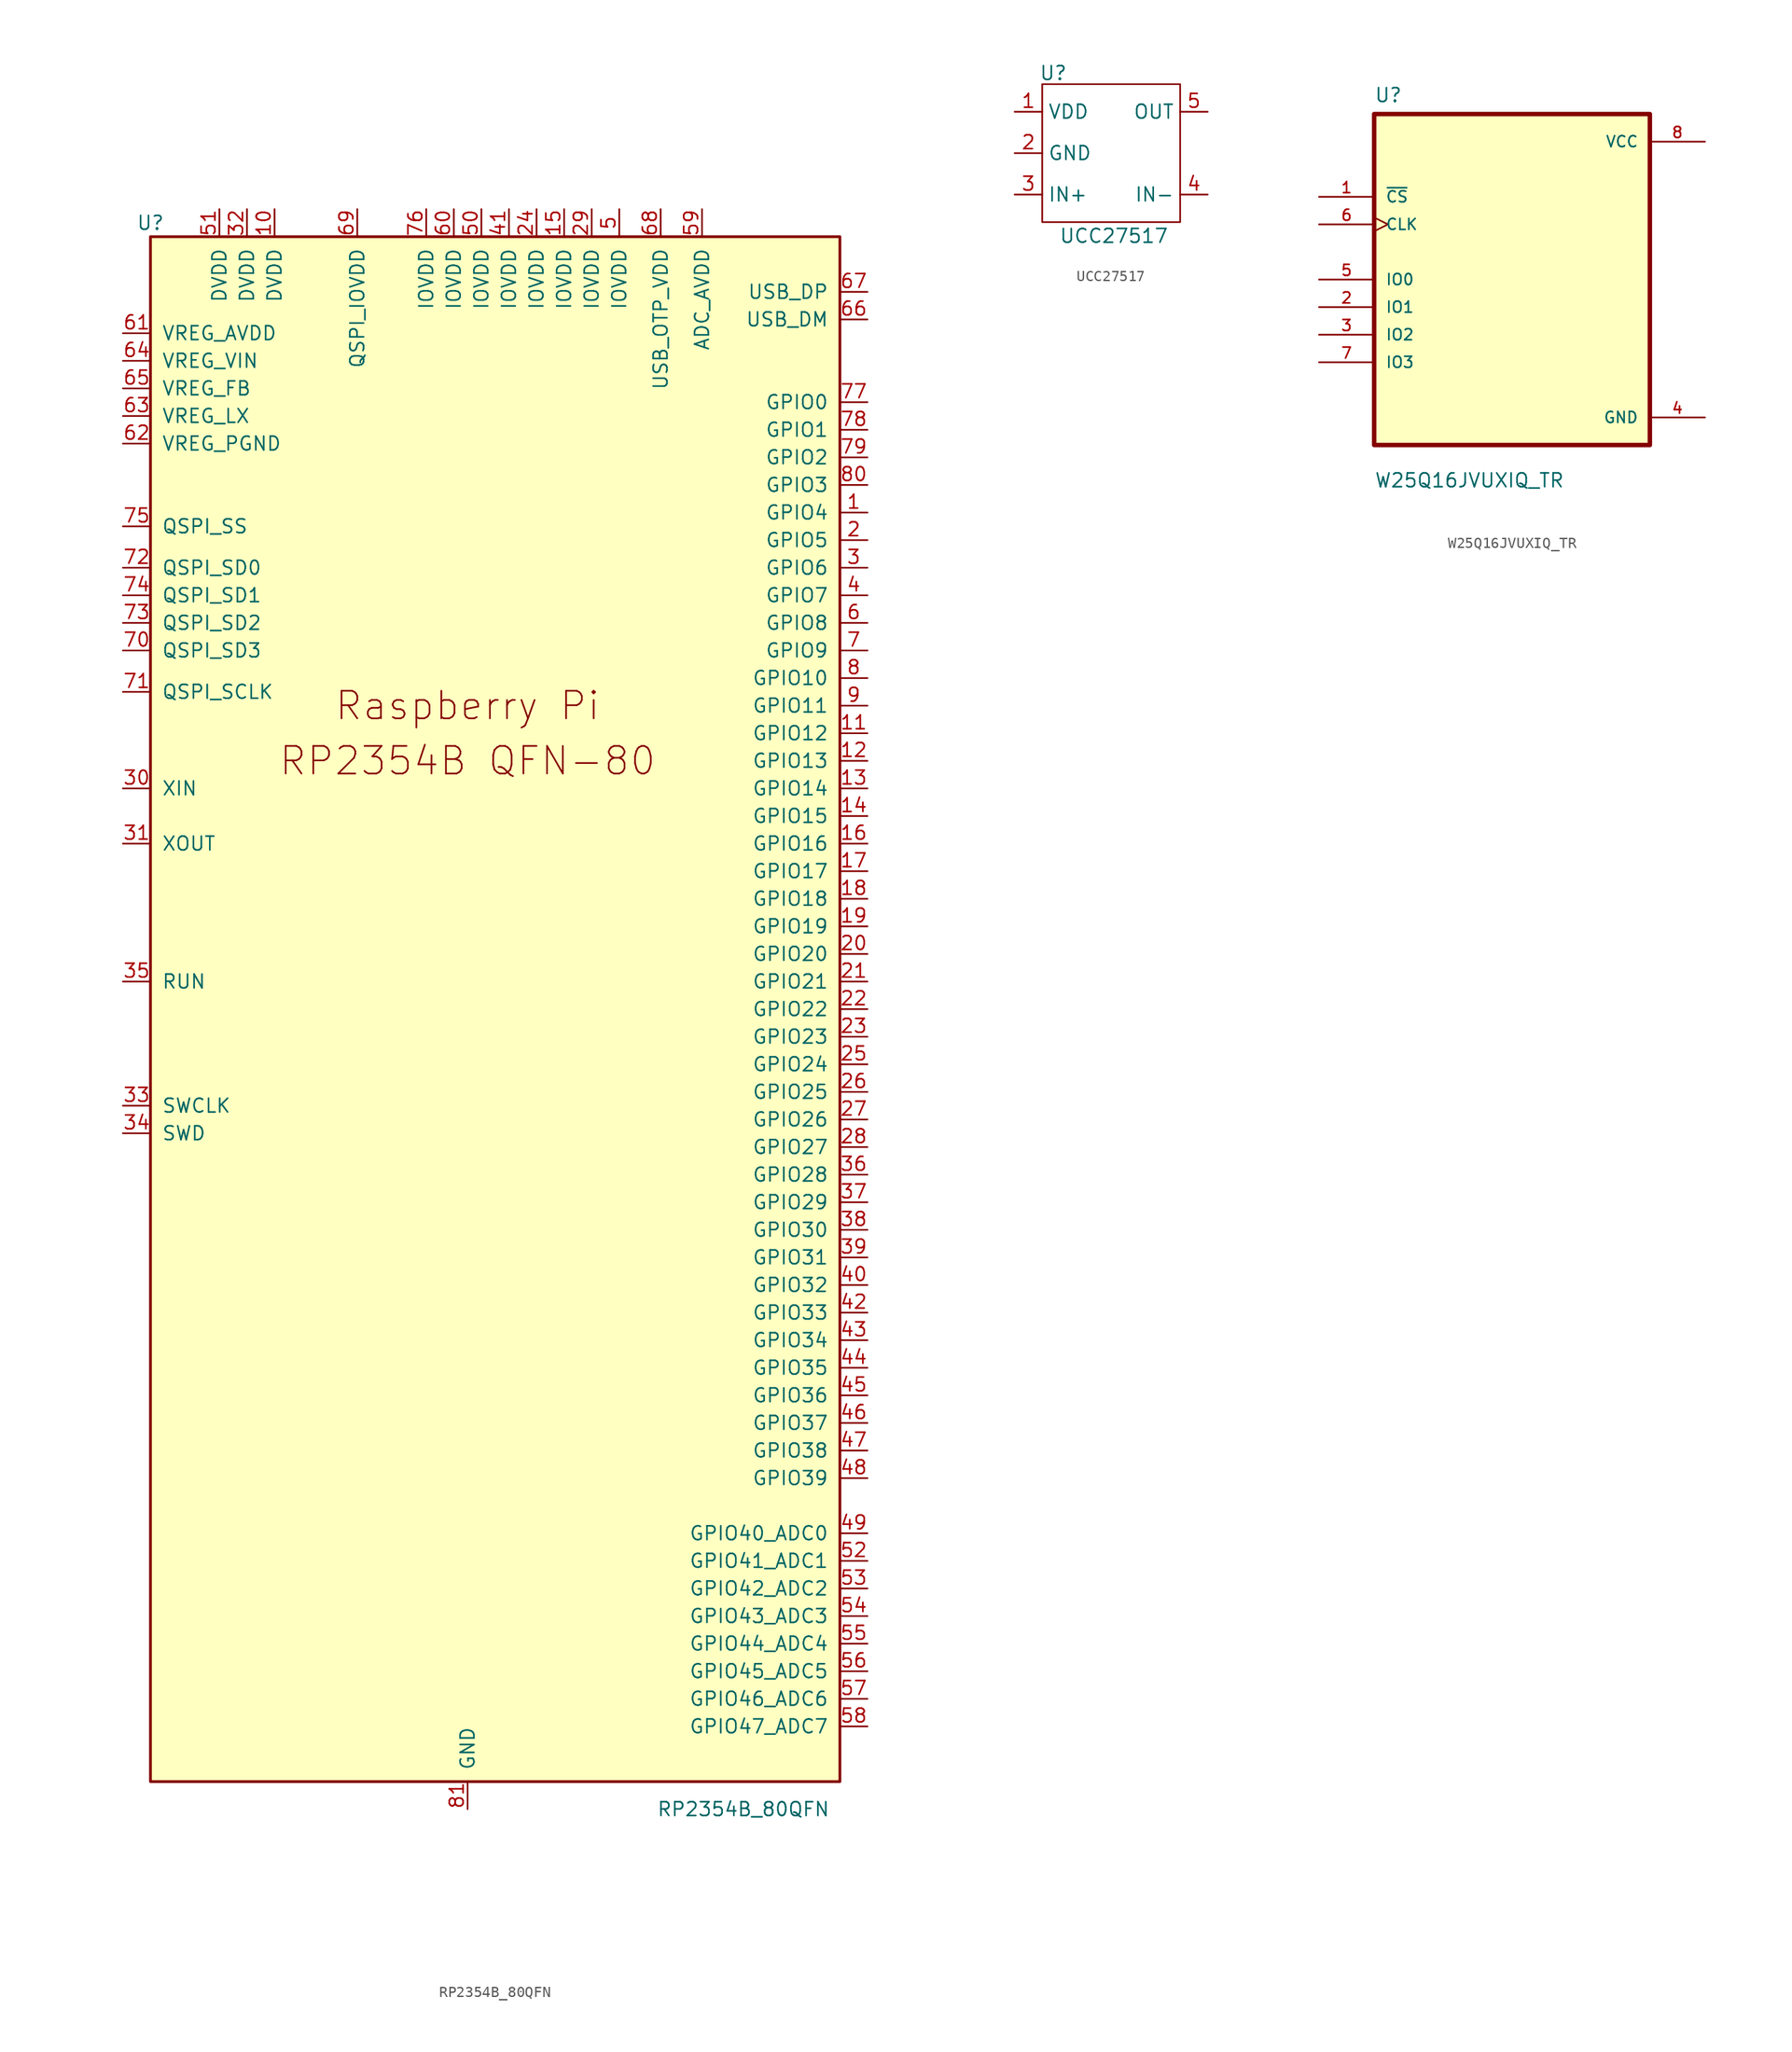
<source format=kicad_sym>
(kicad_symbol_lib
  (version 20241209)
  (generator "kicad_symbol_editor")
  (generator_version "9.0")
  (symbol "RP2354B_80QFN"
    (pin_names
      (offset 1.016))
    (property "Reference" "U"
      (at -29.21 49.53 0)
      (effects (font (size 1.27 1.27))))
    (property "Value" "RP2354B_80QFN"
      (at 25.4 -96.52 0)
      (effects (font (size 1.27 1.27))))
    (symbol "RP2354B_80QFN_0_0"
      (text "Raspberry Pi" (at 0 5.08 0) (effects (font (size 2.54 2.54)))))
    (symbol "RP2354B_80QFN_0_1"
      (rectangle (start -29.21 48.26) (end 34.29 -93.98) (stroke (width 0.254) (type default)) (fill (type background))))
    (symbol "RP2354B_80QFN_1_1"
      (text "RP2354B QFN-80" (at 0 0 0) (effects (font (size 2.54 2.54))))
      (pin power_in line (at -31.75 39.37 0) (length 2.54) (name "VREG_AVDD" (effects (font (size 1.27 1.27)))) (number "61" (effects (font (size 1.27 1.27)))))
      (pin power_in line (at -31.75 36.83 0) (length 2.54) (name "VREG_VIN" (effects (font (size 1.27 1.27)))) (number "64" (effects (font (size 1.27 1.27)))))
      (pin input line (at -31.75 34.29 0) (length 2.54) (name "VREG_FB" (effects (font (size 1.27 1.27)))) (number "65" (effects (font (size 1.27 1.27)))))
      (pin power_out line (at -31.75 31.75 0) (length 2.54) (name "VREG_LX" (effects (font (size 1.27 1.27)))) (number "63" (effects (font (size 1.27 1.27)))))
      (pin power_in line (at -31.75 29.21 0) (length 2.54) (name "VREG_PGND" (effects (font (size 1.27 1.27)))) (number "62" (effects (font (size 1.27 1.27)))))
      (pin bidirectional line (at -31.75 21.59 0) (length 2.54) (name "QSPI_SS" (effects (font (size 1.27 1.27)))) (number "75" (effects (font (size 1.27 1.27)))))
      (pin bidirectional line (at -31.75 17.78 0) (length 2.54) (name "QSPI_SD0" (effects (font (size 1.27 1.27)))) (number "72" (effects (font (size 1.27 1.27)))))
      (pin bidirectional line (at -31.75 15.24 0) (length 2.54) (name "QSPI_SD1" (effects (font (size 1.27 1.27)))) (number "74" (effects (font (size 1.27 1.27)))))
      (pin bidirectional line (at -31.75 12.7 0) (length 2.54) (name "QSPI_SD2" (effects (font (size 1.27 1.27)))) (number "73" (effects (font (size 1.27 1.27)))))
      (pin bidirectional line (at -31.75 10.16 0) (length 2.54) (name "QSPI_SD3" (effects (font (size 1.27 1.27)))) (number "70" (effects (font (size 1.27 1.27)))))
      (pin output line (at -31.75 6.35 0) (length 2.54) (name "QSPI_SCLK" (effects (font (size 1.27 1.27)))) (number "71" (effects (font (size 1.27 1.27)))))
      (pin input line (at -31.75 -2.54 0) (length 2.54) (name "XIN" (effects (font (size 1.27 1.27)))) (number "30" (effects (font (size 1.27 1.27)))))
      (pin passive line (at -31.75 -7.62 0) (length 2.54) (name "XOUT" (effects (font (size 1.27 1.27)))) (number "31" (effects (font (size 1.27 1.27)))))
      (pin input line (at -31.75 -20.32 0) (length 2.54) (name "RUN" (effects (font (size 1.27 1.27)))) (number "35" (effects (font (size 1.27 1.27)))))
      (pin output line (at -31.75 -31.75 0) (length 2.54) (name "SWCLK" (effects (font (size 1.27 1.27)))) (number "33" (effects (font (size 1.27 1.27)))))
      (pin bidirectional line (at -31.75 -34.29 0) (length 2.54) (name "SWD" (effects (font (size 1.27 1.27)))) (number "34" (effects (font (size 1.27 1.27)))))
      (pin power_in line (at -22.86 50.8 270) (length 2.54) (name "DVDD" (effects (font (size 1.27 1.27)))) (number "51" (effects (font (size 1.27 1.27)))))
      (pin power_in line (at -20.32 50.8 270) (length 2.54) (name "DVDD" (effects (font (size 1.27 1.27)))) (number "32" (effects (font (size 1.27 1.27)))))
      (pin power_in line (at -17.78 50.8 270) (length 2.54) (name "DVDD" (effects (font (size 1.27 1.27)))) (number "10" (effects (font (size 1.27 1.27)))))
      (pin power_in line (at -10.16 50.8 270) (length 2.54) (name "QSPI_IOVDD" (effects (font (size 1.27 1.27)))) (number "69" (effects (font (size 1.27 1.27)))))
      (pin power_in line (at -3.81 50.8 270) (length 2.54) (name "IOVDD" (effects (font (size 1.27 1.27)))) (number "76" (effects (font (size 1.27 1.27)))))
      (pin power_in line (at -1.27 50.8 270) (length 2.54) (name "IOVDD" (effects (font (size 1.27 1.27)))) (number "60" (effects (font (size 1.27 1.27)))))
      (pin power_in line (at 0 -96.52 90) (length 2.54) (name "GND" (effects (font (size 1.27 1.27)))) (number "81" (effects (font (size 1.27 1.27)))))
      (pin power_in line (at 1.27 50.8 270) (length 2.54) (name "IOVDD" (effects (font (size 1.27 1.27)))) (number "50" (effects (font (size 1.27 1.27)))))
      (pin power_in line (at 3.81 50.8 270) (length 2.54) (name "IOVDD" (effects (font (size 1.27 1.27)))) (number "41" (effects (font (size 1.27 1.27)))))
      (pin power_in line (at 6.35 50.8 270) (length 2.54) (name "IOVDD" (effects (font (size 1.27 1.27)))) (number "24" (effects (font (size 1.27 1.27)))))
      (pin power_in line (at 8.89 50.8 270) (length 2.54) (name "IOVDD" (effects (font (size 1.27 1.27)))) (number "15" (effects (font (size 1.27 1.27)))))
      (pin power_in line (at 11.43 50.8 270) (length 2.54) (name "IOVDD" (effects (font (size 1.27 1.27)))) (number "29" (effects (font (size 1.27 1.27)))))
      (pin power_in line (at 13.97 50.8 270) (length 2.54) (name "IOVDD" (effects (font (size 1.27 1.27)))) (number "5" (effects (font (size 1.27 1.27)))))
      (pin power_in line (at 17.78 50.8 270) (length 2.54) (name "USB_OTP_VDD" (effects (font (size 1.27 1.27)))) (number "68" (effects (font (size 1.27 1.27)))))
      (pin power_in line (at 21.59 50.8 270) (length 2.54) (name "ADC_AVDD" (effects (font (size 1.27 1.27)))) (number "59" (effects (font (size 1.27 1.27)))))
      (pin bidirectional line (at 36.83 43.18 180) (length 2.54) (name "USB_DP" (effects (font (size 1.27 1.27)))) (number "67" (effects (font (size 1.27 1.27)))))
      (pin bidirectional line (at 36.83 40.64 180) (length 2.54) (name "USB_DM" (effects (font (size 1.27 1.27)))) (number "66" (effects (font (size 1.27 1.27)))))
      (pin bidirectional line (at 36.83 33.02 180) (length 2.54) (name "GPIO0" (effects (font (size 1.27 1.27)))) (number "77" (effects (font (size 1.27 1.27)))))
      (pin bidirectional line (at 36.83 30.48 180) (length 2.54) (name "GPIO1" (effects (font (size 1.27 1.27)))) (number "78" (effects (font (size 1.27 1.27)))))
      (pin bidirectional line (at 36.83 27.94 180) (length 2.54) (name "GPIO2" (effects (font (size 1.27 1.27)))) (number "79" (effects (font (size 1.27 1.27)))))
      (pin bidirectional line (at 36.83 25.4 180) (length 2.54) (name "GPIO3" (effects (font (size 1.27 1.27)))) (number "80" (effects (font (size 1.27 1.27)))))
      (pin bidirectional line (at 36.83 22.86 180) (length 2.54) (name "GPIO4" (effects (font (size 1.27 1.27)))) (number "1" (effects (font (size 1.27 1.27)))))
      (pin bidirectional line (at 36.83 20.32 180) (length 2.54) (name "GPIO5" (effects (font (size 1.27 1.27)))) (number "2" (effects (font (size 1.27 1.27)))))
      (pin bidirectional line (at 36.83 17.78 180) (length 2.54) (name "GPIO6" (effects (font (size 1.27 1.27)))) (number "3" (effects (font (size 1.27 1.27)))))
      (pin bidirectional line (at 36.83 15.24 180) (length 2.54) (name "GPIO7" (effects (font (size 1.27 1.27)))) (number "4" (effects (font (size 1.27 1.27)))))
      (pin bidirectional line (at 36.83 12.7 180) (length 2.54) (name "GPIO8" (effects (font (size 1.27 1.27)))) (number "6" (effects (font (size 1.27 1.27)))))
      (pin bidirectional line (at 36.83 10.16 180) (length 2.54) (name "GPIO9" (effects (font (size 1.27 1.27)))) (number "7" (effects (font (size 1.27 1.27)))))
      (pin bidirectional line (at 36.83 7.62 180) (length 2.54) (name "GPIO10" (effects (font (size 1.27 1.27)))) (number "8" (effects (font (size 1.27 1.27)))))
      (pin bidirectional line (at 36.83 5.08 180) (length 2.54) (name "GPIO11" (effects (font (size 1.27 1.27)))) (number "9" (effects (font (size 1.27 1.27)))))
      (pin bidirectional line (at 36.83 2.54 180) (length 2.54) (name "GPIO12" (effects (font (size 1.27 1.27)))) (number "11" (effects (font (size 1.27 1.27)))))
      (pin bidirectional line (at 36.83 0 180) (length 2.54) (name "GPIO13" (effects (font (size 1.27 1.27)))) (number "12" (effects (font (size 1.27 1.27)))))
      (pin bidirectional line (at 36.83 -2.54 180) (length 2.54) (name "GPIO14" (effects (font (size 1.27 1.27)))) (number "13" (effects (font (size 1.27 1.27)))))
      (pin bidirectional line (at 36.83 -5.08 180) (length 2.54) (name "GPIO15" (effects (font (size 1.27 1.27)))) (number "14" (effects (font (size 1.27 1.27)))))
      (pin bidirectional line (at 36.83 -7.62 180) (length 2.54) (name "GPIO16" (effects (font (size 1.27 1.27)))) (number "16" (effects (font (size 1.27 1.27)))))
      (pin bidirectional line (at 36.83 -10.16 180) (length 2.54) (name "GPIO17" (effects (font (size 1.27 1.27)))) (number "17" (effects (font (size 1.27 1.27)))))
      (pin bidirectional line (at 36.83 -12.7 180) (length 2.54) (name "GPIO18" (effects (font (size 1.27 1.27)))) (number "18" (effects (font (size 1.27 1.27)))))
      (pin bidirectional line (at 36.83 -15.24 180) (length 2.54) (name "GPIO19" (effects (font (size 1.27 1.27)))) (number "19" (effects (font (size 1.27 1.27)))))
      (pin bidirectional line (at 36.83 -17.78 180) (length 2.54) (name "GPIO20" (effects (font (size 1.27 1.27)))) (number "20" (effects (font (size 1.27 1.27)))))
      (pin bidirectional line (at 36.83 -20.32 180) (length 2.54) (name "GPIO21" (effects (font (size 1.27 1.27)))) (number "21" (effects (font (size 1.27 1.27)))))
      (pin bidirectional line (at 36.83 -22.86 180) (length 2.54) (name "GPIO22" (effects (font (size 1.27 1.27)))) (number "22" (effects (font (size 1.27 1.27)))))
      (pin bidirectional line (at 36.83 -25.4 180) (length 2.54) (name "GPIO23" (effects (font (size 1.27 1.27)))) (number "23" (effects (font (size 1.27 1.27)))))
      (pin bidirectional line (at 36.83 -27.94 180) (length 2.54) (name "GPIO24" (effects (font (size 1.27 1.27)))) (number "25" (effects (font (size 1.27 1.27)))))
      (pin bidirectional line (at 36.83 -30.48 180) (length 2.54) (name "GPIO25" (effects (font (size 1.27 1.27)))) (number "26" (effects (font (size 1.27 1.27)))))
      (pin bidirectional line (at 36.83 -33.02 180) (length 2.54) (name "GPIO26" (effects (font (size 1.27 1.27)))) (number "27" (effects (font (size 1.27 1.27)))))
      (pin bidirectional line (at 36.83 -35.56 180) (length 2.54) (name "GPIO27" (effects (font (size 1.27 1.27)))) (number "28" (effects (font (size 1.27 1.27)))))
      (pin bidirectional line (at 36.83 -38.1 180) (length 2.54) (name "GPIO28" (effects (font (size 1.27 1.27)))) (number "36" (effects (font (size 1.27 1.27)))))
      (pin bidirectional line (at 36.83 -40.64 180) (length 2.54) (name "GPIO29" (effects (font (size 1.27 1.27)))) (number "37" (effects (font (size 1.27 1.27)))))
      (pin bidirectional line (at 36.83 -43.18 180) (length 2.54) (name "GPIO30" (effects (font (size 1.27 1.27)))) (number "38" (effects (font (size 1.27 1.27)))))
      (pin bidirectional line (at 36.83 -45.72 180) (length 2.54) (name "GPIO31" (effects (font (size 1.27 1.27)))) (number "39" (effects (font (size 1.27 1.27)))))
      (pin bidirectional line (at 36.83 -48.26 180) (length 2.54) (name "GPIO32" (effects (font (size 1.27 1.27)))) (number "40" (effects (font (size 1.27 1.27)))))
      (pin bidirectional line (at 36.83 -50.8 180) (length 2.54) (name "GPIO33" (effects (font (size 1.27 1.27)))) (number "42" (effects (font (size 1.27 1.27)))))
      (pin bidirectional line (at 36.83 -53.34 180) (length 2.54) (name "GPIO34" (effects (font (size 1.27 1.27)))) (number "43" (effects (font (size 1.27 1.27)))))
      (pin bidirectional line (at 36.83 -55.88 180) (length 2.54) (name "GPIO35" (effects (font (size 1.27 1.27)))) (number "44" (effects (font (size 1.27 1.27)))))
      (pin bidirectional line (at 36.83 -58.42 180) (length 2.54) (name "GPIO36" (effects (font (size 1.27 1.27)))) (number "45" (effects (font (size 1.27 1.27)))))
      (pin bidirectional line (at 36.83 -60.96 180) (length 2.54) (name "GPIO37" (effects (font (size 1.27 1.27)))) (number "46" (effects (font (size 1.27 1.27)))))
      (pin bidirectional line (at 36.83 -63.5 180) (length 2.54) (name "GPIO38" (effects (font (size 1.27 1.27)))) (number "47" (effects (font (size 1.27 1.27)))))
      (pin bidirectional line (at 36.83 -66.04 180) (length 2.54) (name "GPIO39" (effects (font (size 1.27 1.27)))) (number "48" (effects (font (size 1.27 1.27)))))
      (pin bidirectional line (at 36.83 -71.12 180) (length 2.54) (name "GPIO40_ADC0" (effects (font (size 1.27 1.27)))) (number "49" (effects (font (size 1.27 1.27)))))
      (pin bidirectional line (at 36.83 -73.66 180) (length 2.54) (name "GPIO41_ADC1" (effects (font (size 1.27 1.27)))) (number "52" (effects (font (size 1.27 1.27)))))
      (pin bidirectional line (at 36.83 -76.2 180) (length 2.54) (name "GPIO42_ADC2" (effects (font (size 1.27 1.27)))) (number "53" (effects (font (size 1.27 1.27)))))
      (pin bidirectional line (at 36.83 -78.74 180) (length 2.54) (name "GPIO43_ADC3" (effects (font (size 1.27 1.27)))) (number "54" (effects (font (size 1.27 1.27)))))
      (pin bidirectional line (at 36.83 -81.28 180) (length 2.54) (name "GPIO44_ADC4" (effects (font (size 1.27 1.27)))) (number "55" (effects (font (size 1.27 1.27)))))
      (pin bidirectional line (at 36.83 -83.82 180) (length 2.54) (name "GPIO45_ADC5" (effects (font (size 1.27 1.27)))) (number "56" (effects (font (size 1.27 1.27)))))
      (pin bidirectional line (at 36.83 -86.36 180) (length 2.54) (name "GPIO46_ADC6" (effects (font (size 1.27 1.27)))) (number "57" (effects (font (size 1.27 1.27)))))
      (pin bidirectional line (at 36.83 -88.9 180) (length 2.54) (name "GPIO47_ADC7" (effects (font (size 1.27 1.27)))) (number "58" (effects (font (size 1.27 1.27)))))))
  (symbol "UCC27517"
    (property "Reference" "U"
      (at -5.334 7.366 0)
      (effects (font (size 1.27 1.27))))
    (property "Value" "UCC27517"
      (at 0.254 -7.62 0)
      (effects (font (size 1.27 1.27))))
    (symbol "UCC27517_0_1"
      (rectangle (start -6.35 6.35) (end 6.35 -6.35) (stroke (width 0) (type default)) (fill (type none))))
    (symbol "UCC27517_1_1"
      (pin power_in line (at -8.89 3.81 0) (length 2.54) (name "VDD" (effects (font (size 1.27 1.27)))) (number "1" (effects (font (size 1.27 1.27)))))
      (pin power_in line (at -8.89 0 0) (length 2.54) (name "GND" (effects (font (size 1.27 1.27)))) (number "2" (effects (font (size 1.27 1.27)))))
      (pin input line (at -8.89 -3.81 0) (length 2.54) (name "IN+" (effects (font (size 1.27 1.27)))) (number "3" (effects (font (size 1.27 1.27)))))
      (pin output line (at 8.89 3.81 180) (length 2.54) (name "OUT" (effects (font (size 1.27 1.27)))) (number "5" (effects (font (size 1.27 1.27)))))
      (pin input line (at 8.89 -3.81 180) (length 2.54) (name "IN-" (effects (font (size 1.27 1.27)))) (number "4" (effects (font (size 1.27 1.27)))))))
  (symbol "W25Q16JVUXIQ_TR"
    (pin_names
      (offset 1.016))
    (property "Reference" "U"
      (at -12.7 16.24 0)
      (effects (font (size 1.27 1.27)) (justify left bottom)))
    (property "Value" "W25Q16JVUXIQ_TR"
      (at -12.7 -19.24 0)
      (effects (font (size 1.27 1.27)) (justify left bottom)))
    (symbol "W25Q16JVUXIQ_TR_0_0"
      (rectangle (start -12.7 -15.24) (end 12.7 15.24) (stroke (width 0.41) (type default)) (fill (type background)))
      (pin input line (at -17.78 7.62 0) (length 5.08) (name "~{CS}" (effects (font (size 1.016 1.016)))) (number "1" (effects (font (size 1.016 1.016)))))
      (pin input clock (at -17.78 5.08 0) (length 5.08) (name "CLK" (effects (font (size 1.016 1.016)))) (number "6" (effects (font (size 1.016 1.016)))))
      (pin bidirectional line (at -17.78 0 0) (length 5.08) (name "IO0" (effects (font (size 1.016 1.016)))) (number "5" (effects (font (size 1.016 1.016)))))
      (pin bidirectional line (at -17.78 -2.54 0) (length 5.08) (name "IO1" (effects (font (size 1.016 1.016)))) (number "2" (effects (font (size 1.016 1.016)))))
      (pin bidirectional line (at -17.78 -5.08 0) (length 5.08) (name "IO2" (effects (font (size 1.016 1.016)))) (number "3" (effects (font (size 1.016 1.016)))))
      (pin bidirectional line (at -17.78 -7.62 0) (length 5.08) (name "IO3" (effects (font (size 1.016 1.016)))) (number "7" (effects (font (size 1.016 1.016)))))
      (pin power_in line (at 17.78 12.7 180) (length 5.08) (name "VCC" (effects (font (size 1.016 1.016)))) (number "8" (effects (font (size 1.016 1.016)))))
      (pin power_in line (at 17.78 -12.7 180) (length 5.08) (name "GND" (effects (font (size 1.016 1.016)))) (number "4" (effects (font (size 1.016 1.016))))))))
</source>
